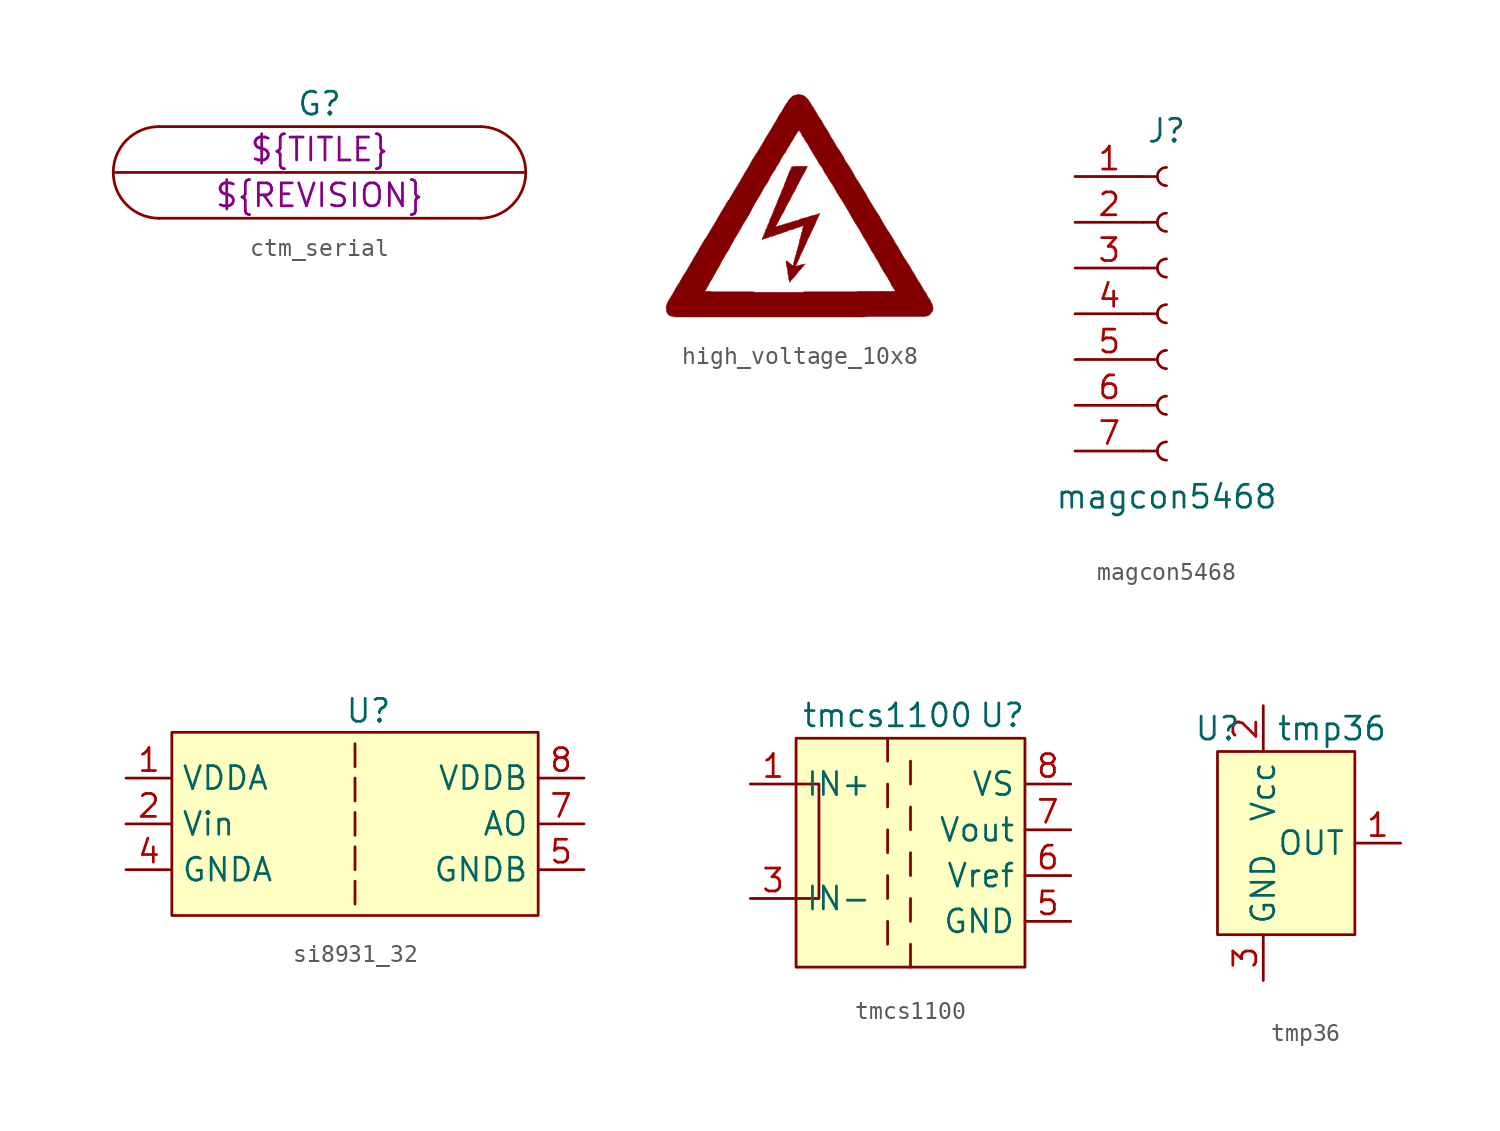
<source format=kicad_sym>
(kicad_symbol_lib
  (version 20231120)
  (generator "kicad_symbol_editor")
  (generator_version "8.0")
  (symbol "ctm_serial"
    (pin_names
      (offset 1.016))
    (property "Reference" "G"
      (at 0 3.81 0)
      (effects (font (size 1.27 1.27))))
    (property "PCBname" "${TITLE}"
      (at 0 1.27 0)
      (effects (font (size 1.27 1.27))))
    (property "Version" "${REVISION}"
      (at 0 -1.27 0)
      (effects (font (size 1.27 1.27))))
    (symbol "ctm_serial_0_1"
      (polyline (pts (xy -11.43 0) (xy 11.43 0)) (stroke (width 0) (type default)) (fill (type none)))
      (polyline (pts (xy -8.89 -2.54) (xy 8.89 -2.54)) (stroke (width 0) (type default)) (fill (type none)))
      (polyline (pts (xy -8.89 2.54) (xy 8.89 2.54)) (stroke (width 0) (type default)) (fill (type none)))
      (arc (start 8.89 -2.54) (mid 11.419 0) (end 8.89 2.54) (stroke (width 0) (type default)) (fill (type none))))
    (symbol "ctm_serial_1_1"
      (arc (start -8.89 2.54) (mid -11.419 0) (end -8.89 -2.54) (stroke (width 0) (type default)) (fill (type none)))))
  (symbol "high_voltage_10x8"
    (pin_names
      (offset 1.016))
    (property "Reference" "G"
      (at 0 -5.613 0)
      (effects (font (size 1.524 1.524)) (hide yes)))
    (symbol "high_voltage_10x8_0_0"
      (polyline (pts (xy -0.559 -4.216) (xy -0.533 -4.216) (xy -0.508 -4.191) (xy -0.483 -4.14) (xy -0.305 -3.962) (xy -0.229 -3.861) (xy -0.127 -3.734) (xy -0.076 -3.658) (xy 0.076 -3.505) (xy 0.127 -3.429) (xy 0.203 -3.353) (xy 0.229 -3.302) (xy 0.305 -3.226) (xy 0.279 -3.226) (xy 0.254 -3.251) (xy 0.203 -3.251) (xy 0.127 -3.277) (xy 0.076 -3.277) (xy -0.076 -3.327) (xy -0.127 -3.327) (xy -0.178 -3.353) (xy -0.229 -3.353) (xy -0.229 -3.327) (xy -0.203 -3.302) (xy -0.178 -3.251) (xy -0.152 -3.175) (xy -0.051 -2.972) (xy 0.051 -2.718) (xy 0.203 -2.413) (xy 0.279 -2.235) (xy 0.356 -2.083) (xy 0.432 -1.905) (xy 0.432 -1.88) (xy 0.533 -1.702) (xy 0.61 -1.524) (xy 0.686 -1.372) (xy 0.762 -1.194) (xy 0.838 -1.067) (xy 0.889 -0.914) (xy 0.94 -0.813) (xy 0.991 -0.686) (xy 1.041 -0.61) (xy 1.067 -0.533) (xy 1.118 -0.432) (xy 1.092 -0.432) (xy 1.041 -0.457) (xy 0.965 -0.483) (xy 0.66 -0.559) (xy 0.508 -0.61) (xy 0.381 -0.66) (xy 0.229 -0.686) (xy 0.051 -0.737) (xy -0.102 -0.813) (xy -0.229 -0.838) (xy -0.406 -0.889) (xy -0.711 -0.991) (xy -0.838 -1.016) (xy -0.965 -1.067) (xy -1.168 -1.118) (xy -1.245 -1.143) (xy -1.295 -1.168) (xy -1.346 -1.168) (xy -1.295 -1.067) (xy -1.245 -0.991) (xy -1.143 -0.787) (xy -1.067 -0.66) (xy -1.016 -0.533) (xy -0.914 -0.381) (xy -0.838 -0.229) (xy -0.762 -0.051) (xy -0.559 0.305) (xy -0.432 0.559) (xy -0.229 0.914) (xy -0.152 1.092) (xy -0.051 1.27) (xy 0.102 1.575) (xy 0.254 1.829) (xy 0.432 2.184) (xy -0.279 2.184) (xy -0.33 2.159) (xy -0.457 2.159) (xy -0.457 2.108) (xy -0.483 2.057) (xy -0.508 1.981) (xy -0.559 1.905) (xy -0.711 1.524) (xy -0.762 1.372) (xy -0.838 1.219) (xy -0.889 1.041) (xy -0.965 0.889) (xy -1.041 0.686) (xy -1.194 0.33) (xy -1.27 0.127) (xy -1.422 -0.229) (xy -1.499 -0.432) (xy -1.575 -0.61) (xy -1.651 -0.762) (xy -1.702 -0.94) (xy -1.778 -1.092) (xy -1.829 -1.245) (xy -1.905 -1.372) (xy -1.93 -1.499) (xy -2.032 -1.702) (xy -2.057 -1.778) (xy -2.083 -1.829) (xy -2.083 -1.88) (xy -2.032 -1.854) (xy -1.88 -1.803) (xy -1.778 -1.778) (xy -1.676 -1.727) (xy -1.549 -1.702) (xy -1.397 -1.651) (xy -1.27 -1.6) (xy -1.092 -1.549) (xy -0.94 -1.499) (xy -0.889 -1.473) (xy -0.711 -1.422) (xy -0.559 -1.346) (xy -0.406 -1.321) (xy -0.152 -1.219) (xy -0.051 -1.194) (xy 0.178 -1.118) (xy 0.203 -1.118) (xy 0.203 -1.168) (xy 0.178 -1.219) (xy 0.152 -1.295) (xy 0.152 -1.397) (xy 0.102 -1.499) (xy 0.051 -1.753) (xy 0 -1.88) (xy -0.025 -2.032) (xy -0.051 -2.159) (xy -0.102 -2.311) (xy -0.127 -2.438) (xy -0.178 -2.591) (xy -0.203 -2.718) (xy -0.254 -2.845) (xy -0.279 -2.972) (xy -0.305 -3.073) (xy -0.356 -3.226) (xy -0.356 -3.277) (xy -0.381 -3.327) (xy -0.432 -3.302) (xy -0.508 -3.226) (xy -0.584 -3.175) (xy -0.635 -3.124) (xy -0.737 -3.073) (xy -0.762 -3.048) (xy -0.762 -3.15) (xy -0.737 -3.226) (xy -0.737 -3.302) (xy -0.711 -3.404) (xy -0.686 -3.531) (xy -0.66 -3.632) (xy -0.66 -3.759) (xy -0.61 -3.962) (xy -0.61 -4.064) (xy -0.584 -4.14) (xy -0.584 -4.242) (xy -0.559 -4.242) (xy -0.559 -4.216)) (stroke (width 0.025) (type default)) (fill (type outline)))
      (polyline (pts (xy 3.835 -6.147) (xy 6.934 -6.147) (xy 6.985 -6.121) (xy 7.087 -6.121) (xy 7.112 -6.096) (xy 7.137 -6.096) (xy 7.163 -6.071) (xy 7.239 -6.02) (xy 7.341 -5.867) (xy 7.366 -5.867) (xy 7.366 -5.817) (xy 7.391 -5.791) (xy 7.391 -5.639) (xy 7.366 -5.563) (xy 7.366 -5.512) (xy 7.341 -5.486) (xy 7.341 -5.436) (xy 7.29 -5.385) (xy 7.264 -5.309) (xy 7.214 -5.207) (xy 7.163 -5.131) (xy 7.087 -5.029) (xy 7.036 -4.902) (xy 6.96 -4.801) (xy 6.96 -4.775) (xy 6.909 -4.724) (xy 6.858 -4.648) (xy 6.807 -4.547) (xy 6.655 -4.293) (xy 6.553 -4.14) (xy 6.35 -3.785) (xy 6.223 -3.581) (xy 6.096 -3.353) (xy 5.791 -2.896) (xy 5.639 -2.642) (xy 5.486 -2.362) (xy 5.309 -2.083) (xy 5.156 -1.803) (xy 4.978 -1.524) (xy 4.775 -1.219) (xy 4.597 -0.914) (xy 4.42 -0.584) (xy 4.216 -0.279) (xy 3.81 0.381) (xy 3.632 0.711) (xy 3.505 0.914) (xy 3.302 1.245) (xy 3.099 1.549) (xy 2.921 1.88) (xy 2.743 2.184) (xy 2.54 2.464) (xy 2.388 2.769) (xy 2.21 3.048) (xy 2.032 3.302) (xy 1.88 3.581) (xy 1.727 3.81) (xy 1.6 4.064) (xy 1.448 4.293) (xy 1.321 4.496) (xy 1.219 4.699) (xy 1.092 4.877) (xy 0.991 5.029) (xy 0.914 5.182) (xy 0.813 5.334) (xy 0.762 5.436) (xy 0.686 5.537) (xy 0.635 5.613) (xy 0.584 5.715) (xy 0.584 5.74) (xy 0.533 5.766) (xy 0.483 5.867) (xy 0.279 6.071) (xy 0.178 6.121) (xy 0.076 6.147) (xy -0.051 6.172) (xy -0.305 6.121) (xy -0.406 6.071) (xy -0.584 5.893) (xy -0.584 5.867) (xy -0.61 5.867) (xy -0.635 5.842) (xy -0.635 5.817) (xy -0.66 5.766) (xy -0.686 5.74) (xy -0.711 5.69) (xy -0.762 5.639) (xy -0.787 5.563) (xy -0.838 5.512) (xy -0.889 5.41) (xy -0.94 5.334) (xy -0.991 5.232) (xy -1.067 5.131) (xy -1.219 4.877) (xy -1.295 4.724) (xy -1.397 4.572) (xy -1.6 4.216) (xy -1.854 3.81) (xy -1.981 3.581) (xy -2.286 3.073) (xy -2.642 2.515) (xy -2.819 2.184) (xy -3.023 1.854) (xy -3.226 1.499) (xy -3.683 0.737) (xy -3.937 0.305) (xy -3.962 0.305) (xy -4.166 -0.051) (xy -4.369 -0.381) (xy -4.572 -0.737) (xy -4.75 -1.041) (xy -4.953 -1.372) (xy -5.131 -1.676) (xy -5.334 -1.981) (xy -5.512 -2.286) (xy -5.664 -2.565) (xy -5.842 -2.845) (xy -5.994 -3.124) (xy -6.147 -3.378) (xy -6.274 -3.607) (xy -6.426 -3.835) (xy -6.553 -4.039) (xy -6.655 -4.242) (xy -6.782 -4.42) (xy -6.883 -4.597) (xy -6.96 -4.75) (xy -5.258 -4.75) (xy -5.258 -4.724) (xy -5.232 -4.699) (xy -5.182 -4.623) (xy -5.156 -4.547) (xy -5.08 -4.445) (xy -5.029 -4.318) (xy -4.953 -4.191) (xy -4.851 -4.039) (xy -4.775 -3.886) (xy -4.572 -3.531) (xy -4.445 -3.327) (xy -4.343 -3.099) (xy -4.216 -2.896) (xy -4.089 -2.667) (xy -3.937 -2.438) (xy -3.81 -2.184) (xy -3.658 -1.93) (xy -3.658 -1.905) (xy -3.454 -1.575) (xy -3.277 -1.27) (xy -3.124 -0.991) (xy -2.946 -0.711) (xy -2.794 -0.457) (xy -2.667 -0.203) (xy -2.413 0.254) (xy -2.159 0.66) (xy -2.057 0.864) (xy -1.956 1.041) (xy -1.829 1.219) (xy -1.727 1.397) (xy -1.626 1.6) (xy -1.524 1.778) (xy -1.397 1.956) (xy -1.295 2.159) (xy -1.168 2.337) (xy -1.067 2.54) (xy -0.94 2.769) (xy -0.787 2.972) (xy -0.686 3.175) (xy -0.559 3.353) (xy -0.483 3.505) (xy -0.381 3.658) (xy -0.305 3.785) (xy -0.254 3.886) (xy -0.102 4.115) (xy -0.076 4.14) (xy -0.051 4.191) (xy -0.025 4.166) (xy 0 4.115) (xy 0.051 4.064) (xy 0.152 3.861) (xy 0.229 3.759) (xy 0.305 3.607) (xy 0.406 3.48) (xy 0.711 2.946) (xy 0.965 2.54) (xy 1.092 2.311) (xy 1.245 2.108) (xy 1.372 1.854) (xy 1.524 1.626) (xy 1.676 1.372) (xy 1.88 1.067) (xy 2.057 0.737) (xy 2.413 0.178) (xy 2.718 -0.33) (xy 2.972 -0.787) (xy 3.353 -1.397) (xy 3.454 -1.575) (xy 3.556 -1.778) (xy 3.683 -1.956) (xy 3.886 -2.311) (xy 3.988 -2.515) (xy 4.115 -2.692) (xy 4.216 -2.896) (xy 4.343 -3.073) (xy 4.47 -3.327) (xy 4.674 -3.683) (xy 4.877 -3.988) (xy 4.953 -4.14) (xy 5.029 -4.267) (xy 5.08 -4.394) (xy 5.156 -4.496) (xy 5.207 -4.572) (xy 5.232 -4.648) (xy 5.283 -4.699) (xy 5.283 -4.75) (xy 3.277 -4.75) (xy 3.099 -4.775) (xy 0.279 -4.775) (xy 0.152 -4.801) (xy -2.464 -4.801) (xy -2.591 -4.775) (xy -4.877 -4.775) (xy -4.978 -4.75) (xy -5.258 -4.75) (xy -6.96 -4.75) (xy -7.112 -5.004) (xy -7.163 -5.08) (xy -7.214 -5.182) (xy -7.264 -5.232) (xy -7.264 -5.258) (xy -7.29 -5.283) (xy -7.391 -5.537) (xy -7.417 -5.664) (xy -7.391 -5.766) (xy -7.391 -5.867) (xy -7.341 -5.969) (xy -7.29 -6.045) (xy -7.214 -6.096) (xy -7.137 -6.121) (xy -7.036 -6.147) (xy -6.985 -6.147) (xy -6.909 -6.172) (xy 3.531 -6.172) (xy 3.835 -6.147)) (stroke (width 0.025) (type default)) (fill (type outline)))))
  (symbol "magcon5468"
    (pin_names
      (offset 1.016) hide)
    (property "Reference" "J"
      (at 0 10.16 0)
      (effects (font (size 1.27 1.27))))
    (property "Value" "magcon5468"
      (at 0 -10.16 0)
      (effects (font (size 1.27 1.27))))
    (symbol "magcon5468_1_1"
      (arc (start 0 -7.112) (mid -0.5058 -7.62) (end 0 -8.128) (stroke (width 0.1524) (type default)) (fill (type none)))
      (arc (start 0 -4.572) (mid -0.5058 -5.08) (end 0 -5.588) (stroke (width 0.1524) (type default)) (fill (type none)))
      (arc (start 0 -2.032) (mid -0.5058 -2.54) (end 0 -3.048) (stroke (width 0.1524) (type default)) (fill (type none)))
      (polyline (pts (xy -1.27 -7.62) (xy -0.508 -7.62)) (stroke (width 0.152) (type default)) (fill (type none)))
      (polyline (pts (xy -1.27 -5.08) (xy -0.508 -5.08)) (stroke (width 0.152) (type default)) (fill (type none)))
      (polyline (pts (xy -1.27 -2.54) (xy -0.508 -2.54)) (stroke (width 0.152) (type default)) (fill (type none)))
      (polyline (pts (xy -1.27 0) (xy -0.508 0)) (stroke (width 0.152) (type default)) (fill (type none)))
      (polyline (pts (xy -1.27 2.54) (xy -0.508 2.54)) (stroke (width 0.152) (type default)) (fill (type none)))
      (polyline (pts (xy -1.27 5.08) (xy -0.508 5.08)) (stroke (width 0.152) (type default)) (fill (type none)))
      (polyline (pts (xy -1.27 7.62) (xy -0.508 7.62)) (stroke (width 0.152) (type default)) (fill (type none)))
      (arc (start 0 0.508) (mid -0.5058 0) (end 0 -0.508) (stroke (width 0.1524) (type default)) (fill (type none)))
      (arc (start 0 3.048) (mid -0.5058 2.54) (end 0 2.032) (stroke (width 0.1524) (type default)) (fill (type none)))
      (arc (start 0 5.588) (mid -0.5058 5.08) (end 0 4.572) (stroke (width 0.1524) (type default)) (fill (type none)))
      (arc (start 0 8.128) (mid -0.5058 7.62) (end 0 7.112) (stroke (width 0.1524) (type default)) (fill (type none)))
      (pin passive line (at -5.08 7.62 0) (length 3.81) (name "Pin_1" (effects (font (size 1.27 1.27)))) (number "1" (effects (font (size 1.27 1.27)))))
      (pin passive line (at -5.08 5.08 0) (length 3.81) (name "Pin_2" (effects (font (size 1.27 1.27)))) (number "2" (effects (font (size 1.27 1.27)))))
      (pin passive line (at -5.08 2.54 0) (length 3.81) (name "Pin_3" (effects (font (size 1.27 1.27)))) (number "3" (effects (font (size 1.27 1.27)))))
      (pin passive line (at -5.08 0 0) (length 3.81) (name "Pin_4" (effects (font (size 1.27 1.27)))) (number "4" (effects (font (size 1.27 1.27)))))
      (pin passive line (at -5.08 -2.54 0) (length 3.81) (name "Pin_5" (effects (font (size 1.27 1.27)))) (number "5" (effects (font (size 1.27 1.27)))))
      (pin passive line (at -5.08 -5.08 0) (length 3.81) (name "Pin_6" (effects (font (size 1.27 1.27)))) (number "6" (effects (font (size 1.27 1.27)))))
      (pin passive line (at -5.08 -7.62 0) (length 3.81) (name "Pin_7" (effects (font (size 1.27 1.27)))) (number "7" (effects (font (size 1.27 1.27)))))))
  (symbol "si8931_32"
    (property "Reference" "U"
      (at 0.748 6.271 0)
      (effects (font (size 1.27 1.27))))
    (property "Value" ""
      (at 0 0 0)
      (effects (font (size 1.27 1.27))))
    (symbol "si8931_32_1_1"
      (rectangle (start -10.16 5.08) (end 10.16 -5.08) (stroke (width 0) (type default)) (fill (type background)))
      (polyline (pts (xy 0 -4.445) (xy 0 -3.175)) (stroke (width 0) (type default)) (fill (type none)))
      (polyline (pts (xy 0 -2.54) (xy 0 -1.27)) (stroke (width 0) (type default)) (fill (type none)))
      (polyline (pts (xy 0 -0.635) (xy 0 0.635)) (stroke (width 0) (type default)) (fill (type none)))
      (polyline (pts (xy 0 2.54) (xy 0 1.27)) (stroke (width 0) (type default)) (fill (type none)))
      (polyline (pts (xy 0 4.445) (xy 0 3.175)) (stroke (width 0) (type default)) (fill (type none)))
      (pin input line (at -12.7 2.54 0) (length 2.54) (name "VDDA" (effects (font (size 1.27 1.27)))) (number "1" (effects (font (size 1.27 1.27)))))
      (pin input line (at -12.7 0 0) (length 2.54) (name "Vin" (effects (font (size 1.27 1.27)))) (number "2" (effects (font (size 1.27 1.27)))))
      (pin input line (at -12.7 -2.54 0) (length 2.54) (name "GNDA" (effects (font (size 1.27 1.27)))) (number "4" (effects (font (size 1.27 1.27)))))
      (pin input line (at 12.7 -2.54 180) (length 2.54) (name "GNDB" (effects (font (size 1.27 1.27)))) (number "5" (effects (font (size 1.27 1.27)))))
      (pin input line (at 12.7 -2.54 180) (length 2.54) hide (name "GNDB" (effects (font (size 1.27 1.27)))) (number "6" (effects (font (size 1.27 1.27)))))
      (pin input line (at 12.7 0 180) (length 2.54) (name "AO" (effects (font (size 1.27 1.27)))) (number "7" (effects (font (size 1.27 1.27)))))
      (pin input line (at 12.7 2.54 180) (length 2.54) (name "VDDB" (effects (font (size 1.27 1.27)))) (number "8" (effects (font (size 1.27 1.27)))))))
  (symbol "tmcs1100"
    (property "Reference" "U"
      (at 5.08 7.62 0)
      (effects (font (size 1.27 1.27))))
    (property "Value" "tmcs1100"
      (at -1.27 7.62 0)
      (effects (font (size 1.27 1.27))))
    (symbol "tmcs1100_0_1"
      (rectangle (start -6.35 6.35) (end 6.35 -6.35) (stroke (width 0) (type default)) (fill (type background)))
      (polyline (pts (xy -1.27 -3.81) (xy -1.27 -5.08)) (stroke (width 0) (type default)) (fill (type none)))
      (polyline (pts (xy -1.27 -1.27) (xy -1.27 -2.54)) (stroke (width 0) (type default)) (fill (type none)))
      (polyline (pts (xy -1.27 1.27) (xy -1.27 0)) (stroke (width 0) (type default)) (fill (type none)))
      (polyline (pts (xy -1.27 3.81) (xy -1.27 2.54)) (stroke (width 0) (type default)) (fill (type none)))
      (polyline (pts (xy -1.27 6.35) (xy -1.27 5.08)) (stroke (width 0) (type default)) (fill (type none)))
      (polyline (pts (xy 0 -6.35) (xy 0 -5.08)) (stroke (width 0) (type default)) (fill (type none)))
      (polyline (pts (xy 0 -3.81) (xy 0 -2.54)) (stroke (width 0) (type default)) (fill (type none)))
      (polyline (pts (xy 0 -1.27) (xy 0 0)) (stroke (width 0) (type default)) (fill (type none)))
      (polyline (pts (xy 0 1.27) (xy 0 2.54)) (stroke (width 0) (type default)) (fill (type none)))
      (polyline (pts (xy 0 3.81) (xy 0 5.08)) (stroke (width 0) (type default)) (fill (type none)))
      (polyline (pts (xy -6.35 3.81) (xy -5.08 3.81) (xy -5.08 -2.54) (xy -6.35 -2.54)) (stroke (width 0) (type default)) (fill (type none))))
    (symbol "tmcs1100_1_1"
      (pin passive line (at -8.89 3.81 0) (length 2.54) (name "IN+" (effects (font (size 1.27 1.27)))) (number "1" (effects (font (size 1.27 1.27)))))
      (pin passive line (at -8.89 3.81 0) (length 2.54) hide (name "IN+" (effects (font (size 1.27 1.27)))) (number "2" (effects (font (size 1.27 1.27)))))
      (pin passive line (at -8.89 -2.54 0) (length 2.54) (name "IN-" (effects (font (size 1.27 1.27)))) (number "3" (effects (font (size 1.27 1.27)))))
      (pin passive line (at -8.89 -2.54 0) (length 2.54) hide (name "IN-" (effects (font (size 1.27 1.27)))) (number "4" (effects (font (size 1.27 1.27)))))
      (pin passive line (at 8.89 -3.81 180) (length 2.54) (name "GND" (effects (font (size 1.27 1.27)))) (number "5" (effects (font (size 1.27 1.27)))))
      (pin passive line (at 8.89 -1.27 180) (length 2.54) (name "Vref" (effects (font (size 1.27 1.27)))) (number "6" (effects (font (size 1.27 1.27)))))
      (pin passive line (at 8.89 1.27 180) (length 2.54) (name "Vout" (effects (font (size 1.27 1.27)))) (number "7" (effects (font (size 1.27 1.27)))))
      (pin passive line (at 8.89 3.81 180) (length 2.54) (name "VS" (effects (font (size 1.27 1.27)))) (number "8" (effects (font (size 1.27 1.27)))))))
  (symbol "tmp36"
    (property "Reference" "U"
      (at -2.54 6.35 0)
      (effects (font (size 1.27 1.27))))
    (property "Value" "tmp36"
      (at 3.81 6.35 0)
      (effects (font (size 1.27 1.27))))
    (symbol "tmp36_0_1"
      (rectangle (start -2.54 5.08) (end 5.08 -5.08) (stroke (width 0) (type default)) (fill (type background))))
    (symbol "tmp36_1_1"
      (pin input line (at 7.62 0 180) (length 2.54) (name "OUT" (effects (font (size 1.27 1.27)))) (number "1" (effects (font (size 1.27 1.27)))))
      (pin input line (at 0 7.62 270) (length 2.54) (name "Vcc" (effects (font (size 1.27 1.27)))) (number "2" (effects (font (size 1.27 1.27)))))
      (pin input line (at 0 -7.62 90) (length 2.54) (name "GND" (effects (font (size 1.27 1.27)))) (number "3" (effects (font (size 1.27 1.27))))))))
</source>
